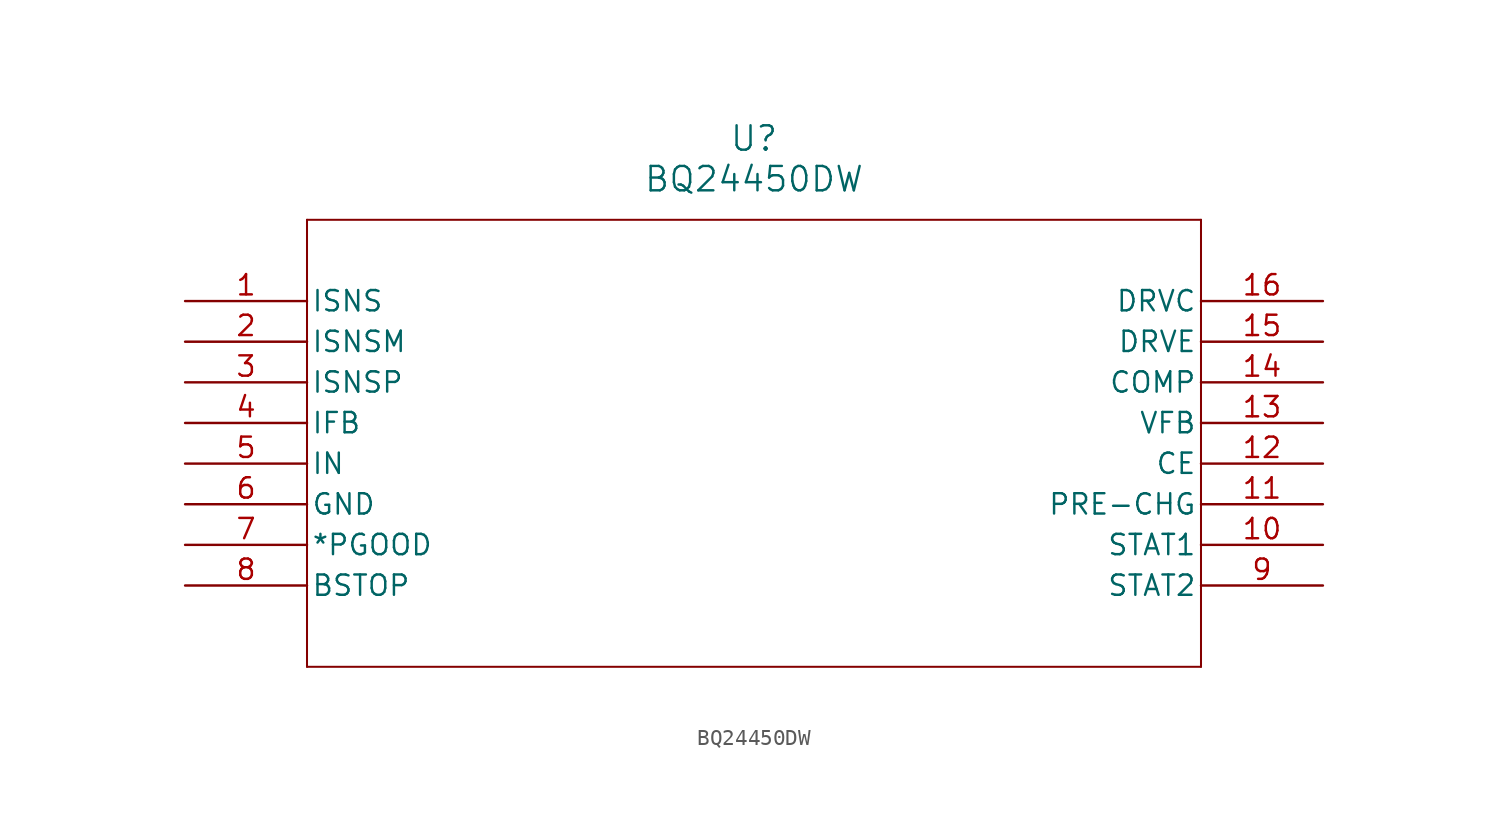
<source format=kicad_sym>
(kicad_symbol_lib
  (version 20211014)
  (generator kicad_symbol_editor)
  (symbol "BQ24450DW"
    (pin_names
      (offset 0.254))
    (property "Reference" "U"
      (at 35.56 10.16 0)
      (effects (font (size 1.524 1.524))))
    (property "Value" "BQ24450DW"
      (at 35.56 7.62 0)
      (effects (font (size 1.524 1.524))))
    (symbol "BQ24450DW_0_1"
      (polyline (pts (xy 7.62 5.08) (xy 7.62 -22.86)) (stroke (width 0.127) (type default) (color 0 0 0 0)) (fill (type none)))
      (polyline (pts (xy 7.62 -22.86) (xy 63.5 -22.86)) (stroke (width 0.127) (type default) (color 0 0 0 0)) (fill (type none)))
      (polyline (pts (xy 63.5 -22.86) (xy 63.5 5.08)) (stroke (width 0.127) (type default) (color 0 0 0 0)) (fill (type none)))
      (polyline (pts (xy 63.5 5.08) (xy 7.62 5.08)) (stroke (width 0.127) (type default) (color 0 0 0 0)) (fill (type none)))
      (pin output line (at 0 0 0) (length 7.62) (name "ISNS" (effects (font (size 1.27 1.27)))) (number "1" (effects (font (size 1.27 1.27)))))
      (pin input line (at 0 -2.54 0) (length 7.62) (name "ISNSM" (effects (font (size 1.27 1.27)))) (number "2" (effects (font (size 1.27 1.27)))))
      (pin input line (at 0 -5.08 0) (length 7.62) (name "ISNSP" (effects (font (size 1.27 1.27)))) (number "3" (effects (font (size 1.27 1.27)))))
      (pin input line (at 0 -7.62 0) (length 7.62) (name "IFB" (effects (font (size 1.27 1.27)))) (number "4" (effects (font (size 1.27 1.27)))))
      (pin input line (at 0 -10.16 0) (length 7.62) (name "IN" (effects (font (size 1.27 1.27)))) (number "5" (effects (font (size 1.27 1.27)))))
      (pin power_in line (at 0 -12.7 0) (length 7.62) (name "GND" (effects (font (size 1.27 1.27)))) (number "6" (effects (font (size 1.27 1.27)))))
      (pin output line (at 0 -15.24 0) (length 7.62) (name "*PGOOD" (effects (font (size 1.27 1.27)))) (number "7" (effects (font (size 1.27 1.27)))))
      (pin input line (at 0 -17.78 0) (length 7.62) (name "BSTOP" (effects (font (size 1.27 1.27)))) (number "8" (effects (font (size 1.27 1.27)))))
      (pin output line (at 71.12 -17.78 180) (length 7.62) (name "STAT2" (effects (font (size 1.27 1.27)))) (number "9" (effects (font (size 1.27 1.27)))))
      (pin output line (at 71.12 -15.24 180) (length 7.62) (name "STAT1" (effects (font (size 1.27 1.27)))) (number "10" (effects (font (size 1.27 1.27)))))
      (pin output line (at 71.12 -12.7 180) (length 7.62) (name "PRE-CHG" (effects (font (size 1.27 1.27)))) (number "11" (effects (font (size 1.27 1.27)))))
      (pin input line (at 71.12 -10.16 180) (length 7.62) (name "CE" (effects (font (size 1.27 1.27)))) (number "12" (effects (font (size 1.27 1.27)))))
      (pin input line (at 71.12 -7.62 180) (length 7.62) (name "VFB" (effects (font (size 1.27 1.27)))) (number "13" (effects (font (size 1.27 1.27)))))
      (pin bidirectional line (at 71.12 -5.08 180) (length 7.62) (name "COMP" (effects (font (size 1.27 1.27)))) (number "14" (effects (font (size 1.27 1.27)))))
      (pin output line (at 71.12 -2.54 180) (length 7.62) (name "DRVE" (effects (font (size 1.27 1.27)))) (number "15" (effects (font (size 1.27 1.27)))))
      (pin input line (at 71.12 0 180) (length 7.62) (name "DRVC" (effects (font (size 1.27 1.27)))) (number "16" (effects (font (size 1.27 1.27))))))))
</source>
